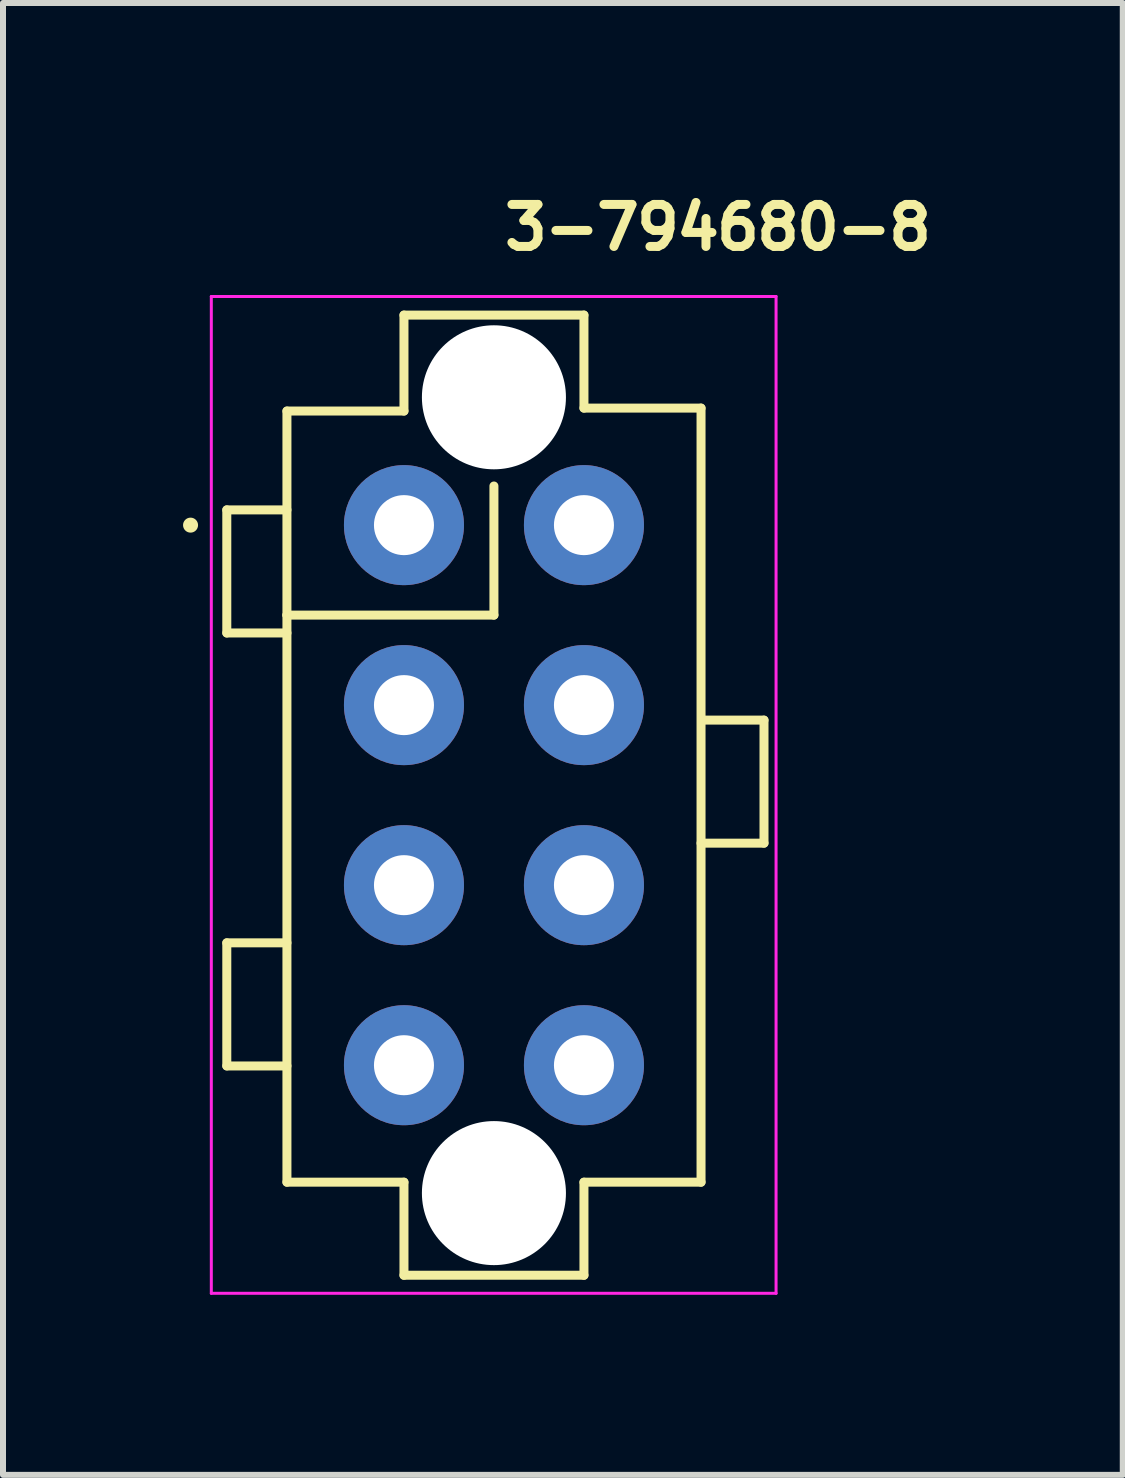
<source format=kicad_pcb>
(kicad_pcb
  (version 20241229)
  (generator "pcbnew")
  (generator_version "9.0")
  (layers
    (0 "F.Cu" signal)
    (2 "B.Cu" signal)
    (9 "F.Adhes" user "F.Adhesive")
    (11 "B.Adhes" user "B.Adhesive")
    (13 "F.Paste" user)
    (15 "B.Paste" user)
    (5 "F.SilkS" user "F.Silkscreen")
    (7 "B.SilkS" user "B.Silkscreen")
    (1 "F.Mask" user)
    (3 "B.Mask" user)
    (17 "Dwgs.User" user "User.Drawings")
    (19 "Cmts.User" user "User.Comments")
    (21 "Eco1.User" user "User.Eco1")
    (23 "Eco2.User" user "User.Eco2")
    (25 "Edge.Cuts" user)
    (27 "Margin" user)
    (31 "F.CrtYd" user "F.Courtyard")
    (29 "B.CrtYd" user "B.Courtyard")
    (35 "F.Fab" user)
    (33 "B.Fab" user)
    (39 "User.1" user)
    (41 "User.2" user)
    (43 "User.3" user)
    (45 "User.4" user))
  (footprint "3-794680-8"
    (layer "F.Cu")
    (at 3.681 5.7)
    (property "Reference" "3-794680-8" (at 1.6 -4.55 0) (layer "F.SilkS") (effects (font (size 0.7 0.7) (thickness 0.15)) (justify left bottom)))
    (attr through_hole)
    (fp_line (start -2.952 -0.254) (end -1.95 -0.254) (stroke (width 0.15) (type solid)) (layer "F.SilkS"))
    (fp_line (start -2.952 1.797) (end -2.952 -0.254) (stroke (width 0.15) (type solid)) (layer "F.SilkS"))
    (fp_line (start -2.952 6.96) (end -1.95 6.96) (stroke (width 0.15) (type solid)) (layer "F.SilkS"))
    (fp_line (start -2.952 9.011) (end -2.952 6.96) (stroke (width 0.15) (type solid)) (layer "F.SilkS"))
    (fp_line (start -1.95 -1.901) (end 0 -1.901) (stroke (width 0.15) (type solid)) (layer "F.SilkS"))
    (fp_line (start -1.95 1.499) (end -1.95 -1.901) (stroke (width 0.15) (type solid)) (layer "F.SilkS"))
    (fp_line (start -1.95 1.499) (end -1.95 10.948) (stroke (width 0.15) (type solid)) (layer "F.SilkS"))
    (fp_line (start -1.95 1.499) (end 1.499 1.499) (stroke (width 0.15) (type solid)) (layer "F.SilkS"))
    (fp_line (start -1.95 1.797) (end -2.952 1.797) (stroke (width 0.15) (type solid)) (layer "F.SilkS"))
    (fp_line (start -1.95 9.011) (end -2.952 9.011) (stroke (width 0.15) (type solid)) (layer "F.SilkS"))
    (fp_line (start 0 -3.5) (end 0 -1.901) (stroke (width 0.15) (type solid)) (layer "F.SilkS"))
    (fp_line (start 0 -3.5) (end 2.999 -3.5) (stroke (width 0.15) (type solid)) (layer "F.SilkS"))
    (fp_line (start 0 10.948) (end -1.95 10.948) (stroke (width 0.15) (type solid)) (layer "F.SilkS"))
    (fp_line (start 0 12.499) (end 0 10.948) (stroke (width 0.15) (type solid)) (layer "F.SilkS"))
    (fp_line (start 1.499 1.499) (end 1.499 -0.652) (stroke (width 0.15) (type solid)) (layer "F.SilkS"))
    (fp_line (start 2.999 -3.5) (end 2.999 -1.95) (stroke (width 0.15) (type solid)) (layer "F.SilkS"))
    (fp_line (start 2.999 -1.95) (end 4.95 -1.95) (stroke (width 0.15) (type solid)) (layer "F.SilkS"))
    (fp_line (start 2.999 12.499) (end 0 12.499) (stroke (width 0.15) (type solid)) (layer "F.SilkS"))
    (fp_line (start 2.999 12.499) (end 2.999 10.948) (stroke (width 0.15) (type solid)) (layer "F.SilkS"))
    (fp_line (start 4.95 -1.95) (end 4.95 10.948) (stroke (width 0.15) (type solid)) (layer "F.SilkS"))
    (fp_line (start 4.95 10.948) (end 2.999 10.948) (stroke (width 0.15) (type solid)) (layer "F.SilkS"))
    (fp_line (start 4.998 3.249) (end 5.999 3.249) (stroke (width 0.15) (type solid)) (layer "F.SilkS"))
    (fp_line (start 5.999 3.249) (end 5.999 5.299) (stroke (width 0.15) (type solid)) (layer "F.SilkS"))
    (fp_line (start 5.999 5.299) (end 4.95 5.299) (stroke (width 0.15) (type solid)) (layer "F.SilkS"))
    (fp_circle (center -3.556 0) (end -3.506 0) (stroke (width 0.15) (type solid)) (fill yes) (layer "F.SilkS"))
    (fp_line (start -3.21 -3.81) (end -3.21 12.8) (stroke (width 0.05) (type solid)) (layer "F.CrtYd"))
    (fp_line (start -3.21 12.8) (end 6.2 12.8) (stroke (width 0.05) (type solid)) (layer "F.CrtYd"))
    (fp_line (start 6.2 -3.81) (end -3.21 -3.81) (stroke (width 0.05) (type solid)) (layer "F.CrtYd"))
    (fp_line (start 6.2 12.8) (end 6.2 -3.81) (stroke (width 0.05) (type solid)) (layer "F.CrtYd"))
    (fp_rect (start -3.23 -3.5) (end 5.44 12.499) (stroke (width 0.1) (type solid)) (fill no) (layer "User.5"))
    (fp_line (start -3.23 3.798) (end -2.531 3.798) (stroke (width 0.02) (type solid)) (layer "User.9"))
    (fp_line (start -3.23 5.2) (end -3.23 3.798) (stroke (width 0.02) (type solid)) (layer "User.9"))
    (fp_line (start -3.23 5.2) (end -2.531 5.2) (stroke (width 0.02) (type solid)) (layer "User.9"))
    (fp_line (start -2.531 3.798) (end -2.513 3.798) (stroke (width 0.02) (type solid)) (layer "User.9"))
    (fp_line (start -2.531 5.2) (end -2.513 5.2) (stroke (width 0.02) (type solid)) (layer "User.9"))
    (fp_line (start -2.531 5.2) (end -2.495 5.201) (stroke (width 0.02) (type solid)) (layer "User.9"))
    (fp_line (start -2.513 3.798) (end -2.496 3.797) (stroke (width 0.02) (type solid)) (layer "User.9"))
    (fp_line (start -2.513 5.2) (end -2.496 5.201) (stroke (width 0.02) (type solid)) (layer "User.9"))
    (fp_line (start -2.496 3.797) (end -2.479 3.797) (stroke (width 0.02) (type solid)) (layer "User.9"))
    (fp_line (start -2.496 5.201) (end -2.479 5.201) (stroke (width 0.02) (type solid)) (layer "User.9"))
    (fp_line (start -2.495 3.797) (end -2.531 3.798) (stroke (width 0.02) (type solid)) (layer "User.9"))
    (fp_line (start -2.495 5.201) (end -2.46 5.203) (stroke (width 0.02) (type solid)) (layer "User.9"))
    (fp_line (start -2.479 3.797) (end -2.463 3.796) (stroke (width 0.02) (type solid)) (layer "User.9"))
    (fp_line (start -2.479 5.201) (end -2.463 5.203) (stroke (width 0.02) (type solid)) (layer "User.9"))
    (fp_line (start -2.463 3.796) (end -2.445 3.793) (stroke (width 0.02) (type solid)) (layer "User.9"))
    (fp_line (start -2.463 5.203) (end -2.445 5.206) (stroke (width 0.02) (type solid)) (layer "User.9"))
    (fp_line (start -2.46 3.794) (end -2.495 3.797) (stroke (width 0.02) (type solid)) (layer "User.9"))
    (fp_line (start -2.46 5.203) (end -2.426 5.209) (stroke (width 0.02) (type solid)) (layer "User.9"))
    (fp_line (start -2.445 3.793) (end -2.43 3.79) (stroke (width 0.02) (type solid)) (layer "User.9"))
    (fp_line (start -2.445 5.206) (end -2.43 5.208) (stroke (width 0.02) (type solid)) (layer "User.9"))
    (fp_line (start -2.43 3.79) (end -2.412 3.788) (stroke (width 0.02) (type solid)) (layer "User.9"))
    (fp_line (start -2.43 5.208) (end -2.412 5.211) (stroke (width 0.02) (type solid)) (layer "User.9"))
    (fp_line (start -2.426 3.789) (end -2.46 3.794) (stroke (width 0.02) (type solid)) (layer "User.9"))
    (fp_line (start -2.426 5.209) (end -2.392 5.216) (stroke (width 0.02) (type solid)) (layer "User.9"))
    (fp_line (start -2.412 3.788) (end -2.396 3.784) (stroke (width 0.02) (type solid)) (layer "User.9"))
    (fp_line (start -2.412 5.211) (end -2.396 5.214) (stroke (width 0.02) (type solid)) (layer "User.9"))
    (fp_line (start -2.392 3.782) (end -2.426 3.789) (stroke (width 0.02) (type solid)) (layer "User.9"))
    (fp_line (start -2.392 5.216) (end -2.36 5.224) (stroke (width 0.02) (type solid)) (layer "User.9"))
    (fp_line (start -2.362 3.774) (end -2.351 3.772) (stroke (width 0.02) (type solid)) (layer "User.9"))
    (fp_line (start -2.362 5.224) (end -2.351 5.227) (stroke (width 0.02) (type solid)) (layer "User.9"))
    (fp_line (start -2.36 3.774) (end -2.392 3.782) (stroke (width 0.02) (type solid)) (layer "User.9"))
    (fp_line (start -2.36 5.224) (end -2.33 5.233) (stroke (width 0.02) (type solid)) (layer "User.9"))
    (fp_line (start -2.351 3.772) (end -2.339 3.768) (stroke (width 0.02) (type solid)) (layer "User.9"))
    (fp_line (start -2.351 5.227) (end -2.339 5.23) (stroke (width 0.02) (type solid)) (layer "User.9"))
    (fp_line (start -2.339 3.768) (end -2.328 3.764) (stroke (width 0.02) (type solid)) (layer "User.9"))
    (fp_line (start -2.339 5.23) (end -2.328 5.235) (stroke (width 0.02) (type solid)) (layer "User.9"))
    (fp_line (start -2.33 3.765) (end -2.36 3.774) (stroke (width 0.02) (type solid)) (layer "User.9"))
    (fp_line (start -2.33 5.233) (end -2.301 5.244) (stroke (width 0.02) (type solid)) (layer "User.9"))
    (fp_line (start -2.328 3.764) (end -2.319 3.761) (stroke (width 0.02) (type solid)) (layer "User.9"))
    (fp_line (start -2.328 5.235) (end -2.319 5.238) (stroke (width 0.02) (type solid)) (layer "User.9"))
    (fp_line (start -2.319 3.761) (end -2.307 3.756) (stroke (width 0.02) (type solid)) (layer "User.9"))
    (fp_line (start -2.319 5.238) (end -2.307 5.243) (stroke (width 0.02) (type solid)) (layer "User.9"))
    (fp_line (start -2.307 3.756) (end -2.298 3.752) (stroke (width 0.02) (type solid)) (layer "User.9"))
    (fp_line (start -2.307 5.243) (end -2.298 5.246) (stroke (width 0.02) (type solid)) (layer "User.9"))
    (fp_line (start -2.301 3.753) (end -2.33 3.765) (stroke (width 0.02) (type solid)) (layer "User.9"))
    (fp_line (start -2.301 5.244) (end -2.271 5.257) (stroke (width 0.02) (type solid)) (layer "User.9"))
    (fp_line (start -2.298 3.752) (end -2.287 3.748) (stroke (width 0.02) (type solid)) (layer "User.9"))
    (fp_line (start -2.298 5.246) (end -2.287 5.251) (stroke (width 0.02) (type solid)) (layer "User.9"))
    (fp_line (start -2.287 3.748) (end -2.278 3.742) (stroke (width 0.02) (type solid)) (layer "User.9"))
    (fp_line (start -2.287 5.251) (end -2.278 5.256) (stroke (width 0.02) (type solid)) (layer "User.9"))
    (fp_line (start -2.271 3.741) (end -2.301 3.753) (stroke (width 0.02) (type solid)) (layer "User.9"))
    (fp_line (start -2.271 5.257) (end -2.245 5.272) (stroke (width 0.02) (type solid)) (layer "User.9"))
    (fp_line (start -2.245 3.726) (end -2.271 3.741) (stroke (width 0.02) (type solid)) (layer "User.9"))
    (fp_line (start -2.245 5.272) (end -2.218 5.286) (stroke (width 0.02) (type solid)) (layer "User.9"))
    (fp_line (start -2.218 3.712) (end -2.245 3.726) (stroke (width 0.02) (type solid)) (layer "User.9"))
    (fp_line (start -2.218 5.286) (end -2.193 5.304) (stroke (width 0.02) (type solid)) (layer "User.9"))
    (fp_line (start -2.207 3.704) (end -2.168 3.676) (stroke (width 0.02) (type solid)) (layer "User.9"))
    (fp_line (start -2.207 5.294) (end -2.168 5.321) (stroke (width 0.02) (type solid)) (layer "User.9"))
    (fp_line (start -2.193 3.695) (end -2.218 3.712) (stroke (width 0.02) (type solid)) (layer "User.9"))
    (fp_line (start -2.193 5.304) (end -2.169 5.32) (stroke (width 0.02) (type solid)) (layer "User.9"))
    (fp_line (start -2.169 3.677) (end -2.193 3.695) (stroke (width 0.02) (type solid)) (layer "User.9"))
    (fp_line (start -2.169 5.32) (end -2.145 5.339) (stroke (width 0.02) (type solid)) (layer "User.9"))
    (fp_line (start -2.145 3.659) (end -2.169 3.677) (stroke (width 0.02) (type solid)) (layer "User.9"))
    (fp_line (start -2.145 5.339) (end -2.124 5.358) (stroke (width 0.02) (type solid)) (layer "User.9"))
    (fp_line (start -2.124 3.64) (end -2.145 3.659) (stroke (width 0.02) (type solid)) (layer "User.9"))
    (fp_line (start -2.124 5.358) (end -2.102 5.379) (stroke (width 0.02) (type solid)) (layer "User.9"))
    (fp_line (start -2.102 3.62) (end -2.124 3.64) (stroke (width 0.02) (type solid)) (layer "User.9"))
    (fp_line (start -2.102 5.379) (end -2.084 5.4) (stroke (width 0.02) (type solid)) (layer "User.9"))
    (fp_line (start -2.084 3.599) (end -2.102 3.62) (stroke (width 0.02) (type solid)) (layer "User.9"))
    (fp_line (start -2.084 3.599) (end -2.084 3.599) (stroke (width 0.02) (type solid)) (layer "User.9"))
    (fp_line (start -2.084 5.4) (end -2.084 5.4) (stroke (width 0.02) (type solid)) (layer "User.9"))
    (fp_line (start -2.084 5.4) (end -2.065 5.421) (stroke (width 0.02) (type solid)) (layer "User.9"))
    (fp_line (start -2.068 3.58) (end -2.061 3.571) (stroke (width 0.02) (type solid)) (layer "User.9"))
    (fp_line (start -2.068 5.418) (end -2.061 5.427) (stroke (width 0.02) (type solid)) (layer "User.9"))
    (fp_line (start -2.065 3.576) (end -2.084 3.599) (stroke (width 0.02) (type solid)) (layer "User.9"))
    (fp_line (start -2.065 5.421) (end -2.047 5.445) (stroke (width 0.02) (type solid)) (layer "User.9"))
    (fp_line (start -2.061 3.571) (end -2.053 3.563) (stroke (width 0.02) (type solid)) (layer "User.9"))
    (fp_line (start -2.061 5.427) (end -2.053 5.435) (stroke (width 0.02) (type solid)) (layer "User.9"))
    (fp_line (start -2.053 3.563) (end -2.047 3.554) (stroke (width 0.02) (type solid)) (layer "User.9"))
    (fp_line (start -2.053 5.435) (end -2.047 5.445) (stroke (width 0.02) (type solid)) (layer "User.9"))
    (fp_line (start -2.047 3.554) (end -2.065 3.576) (stroke (width 0.02) (type solid)) (layer "User.9"))
    (fp_line (start -2.047 3.554) (end -2.04 3.543) (stroke (width 0.02) (type solid)) (layer "User.9"))
    (fp_line (start -2.047 5.445) (end -2.04 5.454) (stroke (width 0.02) (type solid)) (layer "User.9"))
    (fp_line (start -2.047 5.445) (end -2.031 5.467) (stroke (width 0.02) (type solid)) (layer "User.9"))
    (fp_line (start -2.04 3.543) (end -2.033 3.535) (stroke (width 0.02) (type solid)) (layer "User.9"))
    (fp_line (start -2.04 5.454) (end -2.033 5.464) (stroke (width 0.02) (type solid)) (layer "User.9"))
    (fp_line (start -2.033 3.535) (end -2.028 3.526) (stroke (width 0.02) (type solid)) (layer "User.9"))
    (fp_line (start -2.033 5.464) (end -2.028 5.472) (stroke (width 0.02) (type solid)) (layer "User.9"))
    (fp_line (start -2.031 3.531) (end -2.047 3.554) (stroke (width 0.02) (type solid)) (layer "User.9"))
    (fp_line (start -2.031 5.467) (end -2.016 5.491) (stroke (width 0.02) (type solid)) (layer "User.9"))
    (fp_line (start -2.028 3.526) (end -2.021 3.515) (stroke (width 0.02) (type solid)) (layer "User.9"))
    (fp_line (start -2.028 5.472) (end -2.021 5.483) (stroke (width 0.02) (type solid)) (layer "User.9"))
    (fp_line (start -2.021 3.515) (end -2.016 3.507) (stroke (width 0.02) (type solid)) (layer "User.9"))
    (fp_line (start -2.021 5.483) (end -2.016 5.491) (stroke (width 0.02) (type solid)) (layer "User.9"))
    (fp_line (start -2.016 3.507) (end -2.031 3.531) (stroke (width 0.02) (type solid)) (layer "User.9"))
    (fp_line (start -2.016 5.491) (end -2.001 5.517) (stroke (width 0.02) (type solid)) (layer "User.9"))
    (fp_line (start -2.001 3.482) (end -2.016 3.507) (stroke (width 0.02) (type solid)) (layer "User.9"))
    (fp_line (start -2.001 5.517) (end -1.99 5.541) (stroke (width 0.02) (type solid)) (layer "User.9"))
    (fp_line (start -1.99 3.456) (end -2.001 3.482) (stroke (width 0.02) (type solid)) (layer "User.9"))
    (fp_line (start -1.99 5.541) (end -1.978 5.567) (stroke (width 0.02) (type solid)) (layer "User.9"))
    (fp_line (start -1.978 3.431) (end -1.99 3.456) (stroke (width 0.02) (type solid)) (layer "User.9"))
    (fp_line (start -1.978 5.567) (end -1.968 5.592) (stroke (width 0.02) (type solid)) (layer "User.9"))
    (fp_line (start -1.968 3.406) (end -1.978 3.431) (stroke (width 0.02) (type solid)) (layer "User.9"))
    (fp_line (start -1.968 5.592) (end -1.958 5.618) (stroke (width 0.02) (type solid)) (layer "User.9"))
    (fp_line (start -1.958 3.379) (end -1.968 3.406) (stroke (width 0.02) (type solid)) (layer "User.9"))
    (fp_line (start -1.958 5.618) (end -1.952 5.645) (stroke (width 0.02) (type solid)) (layer "User.9"))
    (fp_line (start -1.952 3.354) (end -1.958 3.379) (stroke (width 0.02) (type solid)) (layer "User.9"))
    (fp_line (start -1.952 5.645) (end -1.944 5.671) (stroke (width 0.02) (type solid)) (layer "User.9"))
    (fp_line (start -1.944 3.328) (end -1.952 3.354) (stroke (width 0.02) (type solid)) (layer "User.9"))
    (fp_line (start -1.944 5.671) (end -1.94 5.696) (stroke (width 0.02) (type solid)) (layer "User.9"))
    (fp_line (start -1.942 3.314) (end -1.94 3.301) (stroke (width 0.02) (type solid)) (layer "User.9"))
    (fp_line (start -1.942 5.684) (end -1.94 5.698) (stroke (width 0.02) (type solid)) (layer "User.9"))
    (fp_line (start -1.94 3.301) (end -1.944 3.328) (stroke (width 0.02) (type solid)) (layer "User.9"))
    (fp_line (start -1.94 3.301) (end -1.938 3.285) (stroke (width 0.02) (type solid)) (layer "User.9"))
    (fp_line (start -1.94 5.696) (end -1.936 5.722) (stroke (width 0.02) (type solid)) (layer "User.9"))
    (fp_line (start -1.94 5.698) (end -1.938 5.712) (stroke (width 0.02) (type solid)) (layer "User.9"))
    (fp_line (start -1.938 3.285) (end -1.936 3.272) (stroke (width 0.02) (type solid)) (layer "User.9"))
    (fp_line (start -1.938 5.712) (end -1.936 5.727) (stroke (width 0.02) (type solid)) (layer "User.9"))
    (fp_line (start -1.936 3.272) (end -1.934 3.257) (stroke (width 0.02) (type solid)) (layer "User.9"))
    (fp_line (start -1.936 3.276) (end -1.94 3.301) (stroke (width 0.02) (type solid)) (layer "User.9"))
    (fp_line (start -1.936 5.722) (end -1.932 5.749) (stroke (width 0.02) (type solid)) (layer "User.9"))
    (fp_line (start -1.936 5.727) (end -1.934 5.741) (stroke (width 0.02) (type solid)) (layer "User.9"))
    (fp_line (start -1.934 3.257) (end -1.932 3.242) (stroke (width 0.02) (type solid)) (layer "User.9"))
    (fp_line (start -1.934 5.741) (end -1.932 5.756) (stroke (width 0.02) (type solid)) (layer "User.9"))
    (fp_line (start -1.932 3.213) (end -1.93 3.2) (stroke (width 0.02) (type solid)) (layer "User.9"))
    (fp_line (start -1.932 3.225) (end -1.932 3.249) (stroke (width 0.02) (type solid)) (layer "User.9"))
    (fp_line (start -1.932 3.228) (end -1.932 3.213) (stroke (width 0.02) (type solid)) (layer "User.9"))
    (fp_line (start -1.932 3.242) (end -1.932 3.228) (stroke (width 0.02) (type solid)) (layer "User.9"))
    (fp_line (start -1.932 3.249) (end -1.936 3.276) (stroke (width 0.02) (type solid)) (layer "User.9"))
    (fp_line (start -1.932 5.749) (end -1.932 5.773) (stroke (width 0.02) (type solid)) (layer "User.9"))
    (fp_line (start -1.932 5.756) (end -1.932 5.77) (stroke (width 0.02) (type solid)) (layer "User.9"))
    (fp_line (start -1.932 5.77) (end -1.932 5.785) (stroke (width 0.02) (type solid)) (layer "User.9"))
    (fp_line (start -1.932 5.773) (end -1.93 5.799) (stroke (width 0.02) (type solid)) (layer "User.9"))
    (fp_line (start -1.932 5.785) (end -1.93 5.799) (stroke (width 0.02) (type solid)) (layer "User.9"))
    (fp_line (start -1.93 -1.93) (end 4.929 -1.93) (stroke (width 0.02) (type solid)) (layer "User.9"))
    (fp_line (start -1.93 3.2) (end -1.932 3.225) (stroke (width 0.02) (type solid)) (layer "User.9"))
    (fp_line (start -1.93 3.2) (end -1.93 -1.93) (stroke (width 0.02) (type solid)) (layer "User.9"))
    (fp_line (start -1.93 3.2) (end -1.93 5.799) (stroke (width 0.02) (type solid)) (layer "User.9"))
    (fp_line (start -1.93 10.929) (end -1.93 5.799) (stroke (width 0.02) (type solid)) (layer "User.9"))
    (fp_line (start -1.93 10.929) (end 4.929 10.929) (stroke (width 0.02) (type solid)) (layer "User.9"))
    (fp_line (start -1.5 -2.331) (end -1.492 -2.331) (stroke (width 0.02) (type solid)) (layer "User.9"))
    (fp_line (start -1.5 -1.97) (end -1.5 -2.331) (stroke (width 0.02) (type solid)) (layer "User.9"))
    (fp_line (start -1.5 -1.97) (end -1.492 -1.97) (stroke (width 0.02) (type solid)) (layer "User.9"))
    (fp_line (start -1.5 10.97) (end -1.5 11.329) (stroke (width 0.02) (type solid)) (layer "User.9"))
    (fp_line (start -1.492 -2.331) (end -1.492 -2.331) (stroke (width 0.02) (type solid)) (layer "User.9"))
    (fp_line (start -1.492 -2.331) (end -1.464 -2.331) (stroke (width 0.02) (type solid)) (layer "User.9"))
    (fp_line (start -1.492 -1.97) (end -1.492 -1.97) (stroke (width 0.02) (type solid)) (layer "User.9"))
    (fp_line (start -1.492 -1.97) (end -1.464 -1.97) (stroke (width 0.02) (type solid)) (layer "User.9"))
    (fp_line (start -1.492 10.97) (end -1.5 10.97) (stroke (width 0.02) (type solid)) (layer "User.9"))
    (fp_line (start -1.492 10.97) (end -1.492 10.97) (stroke (width 0.02) (type solid)) (layer "User.9"))
    (fp_line (start -1.492 11.329) (end -1.5 11.329) (stroke (width 0.02) (type solid)) (layer "User.9"))
    (fp_line (start -1.492 11.329) (end -1.492 11.329) (stroke (width 0.02) (type solid)) (layer "User.9"))
    (fp_line (start -1.464 -2.331) (end -1.464 -2.331) (stroke (width 0.02) (type solid)) (layer "User.9"))
    (fp_line (start -1.464 -2.331) (end -1.416 -2.331) (stroke (width 0.02) (type solid)) (layer "User.9"))
    (fp_line (start -1.464 -1.97) (end -1.464 -1.97) (stroke (width 0.02) (type solid)) (layer "User.9"))
    (fp_line (start -1.464 -1.97) (end -1.416 -1.97) (stroke (width 0.02) (type solid)) (layer "User.9"))
    (fp_line (start -1.464 10.97) (end -1.492 10.97) (stroke (width 0.02) (type solid)) (layer "User.9"))
    (fp_line (start -1.464 10.97) (end -1.464 10.97) (stroke (width 0.02) (type solid)) (layer "User.9"))
    (fp_line (start -1.464 11.329) (end -1.492 11.329) (stroke (width 0.02) (type solid)) (layer "User.9"))
    (fp_line (start -1.464 11.329) (end -1.464 11.329) (stroke (width 0.02) (type solid)) (layer "User.9"))
    (fp_line (start -1.416 -2.331) (end -1.416 -2.331) (stroke (width 0.02) (type solid)) (layer "User.9"))
    (fp_line (start -1.416 -2.331) (end -1.353 -2.331) (stroke (width 0.02) (type solid)) (layer "User.9"))
    (fp_line (start -1.416 -1.97) (end -1.416 -1.97) (stroke (width 0.02) (type solid)) (layer "User.9"))
    (fp_line (start -1.416 -1.97) (end -1.353 -1.97) (stroke (width 0.02) (type solid)) (layer "User.9"))
    (fp_line (start -1.416 10.97) (end -1.464 10.97) (stroke (width 0.02) (type solid)) (layer "User.9"))
    (fp_line (start -1.416 10.97) (end -1.416 10.97) (stroke (width 0.02) (type solid)) (layer "User.9"))
    (fp_line (start -1.416 11.329) (end -1.464 11.329) (stroke (width 0.02) (type solid)) (layer "User.9"))
    (fp_line (start -1.416 11.329) (end -1.416 11.329) (stroke (width 0.02) (type solid)) (layer "User.9"))
    (fp_line (start -1.353 -2.331) (end -1.353 -2.331) (stroke (width 0.02) (type solid)) (layer "User.9"))
    (fp_line (start -1.353 -2.331) (end -1.272 -2.331) (stroke (width 0.02) (type solid)) (layer "User.9"))
    (fp_line (start -1.353 -1.97) (end -1.353 -1.97) (stroke (width 0.02) (type solid)) (layer "User.9"))
    (fp_line (start -1.353 -1.97) (end -1.272 -1.97) (stroke (width 0.02) (type solid)) (layer "User.9"))
    (fp_line (start -1.353 10.97) (end -1.416 10.97) (stroke (width 0.02) (type solid)) (layer "User.9"))
    (fp_line (start -1.353 10.97) (end -1.353 10.97) (stroke (width 0.02) (type solid)) (layer "User.9"))
    (fp_line (start -1.353 11.329) (end -1.416 11.329) (stroke (width 0.02) (type solid)) (layer "User.9"))
    (fp_line (start -1.353 11.329) (end -1.353 11.329) (stroke (width 0.02) (type solid)) (layer "User.9"))
    (fp_line (start -1.311 -1.311) (end -1.311 1.31) (stroke (width 0.02) (type solid)) (layer "User.9"))
    (fp_line (start -1.311 1.31) (end 0.608 1.31) (stroke (width 0.02) (type solid)) (layer "User.9"))
    (fp_line (start -1.311 1.689) (end -1.311 4.309) (stroke (width 0.02) (type solid)) (layer "User.9"))
    (fp_line (start -1.311 4.309) (end 1.31 4.309) (stroke (width 0.02) (type solid)) (layer "User.9"))
    (fp_line (start -1.311 4.69) (end -1.311 7.309) (stroke (width 0.02) (type solid)) (layer "User.9"))
    (fp_line (start -1.311 7.309) (end 0.608 7.309) (stroke (width 0.02) (type solid)) (layer "User.9"))
    (fp_line (start -1.311 7.69) (end -1.311 10.31) (stroke (width 0.02) (type solid)) (layer "User.9"))
    (fp_line (start -1.311 10.31) (end 1.31 10.31) (stroke (width 0.02) (type solid)) (layer "User.9"))
    (fp_line (start -1.272 -2.331) (end -1.272 -2.331) (stroke (width 0.02) (type solid)) (layer "User.9"))
    (fp_line (start -1.272 -2.331) (end -1.174 -2.331) (stroke (width 0.02) (type solid)) (layer "User.9"))
    (fp_line (start -1.272 -1.97) (end -1.272 -1.97) (stroke (width 0.02) (type solid)) (layer "User.9"))
    (fp_line (start -1.272 -1.97) (end -1.174 -1.97) (stroke (width 0.02) (type solid)) (layer "User.9"))
    (fp_line (start -1.272 10.97) (end -1.353 10.97) (stroke (width 0.02) (type solid)) (layer "User.9"))
    (fp_line (start -1.272 10.97) (end -1.272 10.97) (stroke (width 0.02) (type solid)) (layer "User.9"))
    (fp_line (start -1.272 11.329) (end -1.353 11.329) (stroke (width 0.02) (type solid)) (layer "User.9"))
    (fp_line (start -1.272 11.329) (end -1.272 11.329) (stroke (width 0.02) (type solid)) (layer "User.9"))
    (fp_line (start -1.174 -2.331) (end -1.174 -2.331) (stroke (width 0.02) (type solid)) (layer "User.9"))
    (fp_line (start -1.174 -2.331) (end -1.061 -2.331) (stroke (width 0.02) (type solid)) (layer "User.9"))
    (fp_line (start -1.174 -1.97) (end -1.174 -1.97) (stroke (width 0.02) (type solid)) (layer "User.9"))
    (fp_line (start -1.174 -1.97) (end -1.061 -1.97) (stroke (width 0.02) (type solid)) (layer "User.9"))
    (fp_line (start -1.174 10.97) (end -1.272 10.97) (stroke (width 0.02) (type solid)) (layer "User.9"))
    (fp_line (start -1.174 10.97) (end -1.174 10.97) (stroke (width 0.02) (type solid)) (layer "User.9"))
    (fp_line (start -1.174 11.329) (end -1.272 11.329) (stroke (width 0.02) (type solid)) (layer "User.9"))
    (fp_line (start -1.174 11.329) (end -1.174 11.329) (stroke (width 0.02) (type solid)) (layer "User.9"))
    (fp_line (start -1.061 -2.331) (end -1.061 -2.331) (stroke (width 0.02) (type solid)) (layer "User.9"))
    (fp_line (start -1.061 -2.331) (end -0.937 -2.331) (stroke (width 0.02) (type solid)) (layer "User.9"))
    (fp_line (start -1.061 -1.97) (end -1.061 -1.97) (stroke (width 0.02) (type solid)) (layer "User.9"))
    (fp_line (start -1.061 -1.97) (end -0.937 -1.97) (stroke (width 0.02) (type solid)) (layer "User.9"))
    (fp_line (start -1.061 10.97) (end -1.174 10.97) (stroke (width 0.02) (type solid)) (layer "User.9"))
    (fp_line (start -1.061 10.97) (end -1.061 10.97) (stroke (width 0.02) (type solid)) (layer "User.9"))
    (fp_line (start -1.061 11.329) (end -1.174 11.329) (stroke (width 0.02) (type solid)) (layer "User.9"))
    (fp_line (start -1.061 11.329) (end -1.061 11.329) (stroke (width 0.02) (type solid)) (layer "User.9"))
    (fp_line (start -0.937 -2.331) (end -0.937 -2.331) (stroke (width 0.02) (type solid)) (layer "User.9"))
    (fp_line (start -0.937 -2.331) (end -0.8 -2.331) (stroke (width 0.02) (type solid)) (layer "User.9"))
    (fp_line (start -0.937 -1.97) (end -0.937 -1.97) (stroke (width 0.02) (type solid)) (layer "User.9"))
    (fp_line (start -0.937 -1.97) (end -0.8 -1.97) (stroke (width 0.02) (type solid)) (layer "User.9"))
    (fp_line (start -0.937 10.97) (end -1.061 10.97) (stroke (width 0.02) (type solid)) (layer "User.9"))
    (fp_line (start -0.937 10.97) (end -0.937 10.97) (stroke (width 0.02) (type solid)) (layer "User.9"))
    (fp_line (start -0.937 11.329) (end -1.061 11.329) (stroke (width 0.02) (type solid)) (layer "User.9"))
    (fp_line (start -0.937 11.329) (end -0.937 11.329) (stroke (width 0.02) (type solid)) (layer "User.9"))
    (fp_line (start -0.8 -2.331) (end -0.8 -2.331) (stroke (width 0.02) (type solid)) (layer "User.9"))
    (fp_line (start -0.8 -2.331) (end -0.652 -2.331) (stroke (width 0.02) (type solid)) (layer "User.9"))
    (fp_line (start -0.8 -1.97) (end -0.8 -1.97) (stroke (width 0.02) (type solid)) (layer "User.9"))
    (fp_line (start -0.8 -1.97) (end -0.652 -1.97) (stroke (width 0.02) (type solid)) (layer "User.9"))
    (fp_line (start -0.8 10.97) (end -0.937 10.97) (stroke (width 0.02) (type solid)) (layer "User.9"))
    (fp_line (start -0.8 10.97) (end -0.8 10.97) (stroke (width 0.02) (type solid)) (layer "User.9"))
    (fp_line (start -0.8 11.329) (end -0.937 11.329) (stroke (width 0.02) (type solid)) (layer "User.9"))
    (fp_line (start -0.8 11.329) (end -0.8 11.329) (stroke (width 0.02) (type solid)) (layer "User.9"))
    (fp_line (start -0.652 -2.331) (end -0.652 -2.331) (stroke (width 0.02) (type solid)) (layer "User.9"))
    (fp_line (start -0.652 -2.331) (end -0.335 -2.331) (stroke (width 0.02) (type solid)) (layer "User.9"))
    (fp_line (start -0.652 -1.97) (end -0.652 -1.97) (stroke (width 0.02) (type solid)) (layer "User.9"))
    (fp_line (start -0.652 -1.97) (end -0.335 -1.97) (stroke (width 0.02) (type solid)) (layer "User.9"))
    (fp_line (start -0.652 10.97) (end -0.8 10.97) (stroke (width 0.02) (type solid)) (layer "User.9"))
    (fp_line (start -0.652 10.97) (end -0.652 10.97) (stroke (width 0.02) (type solid)) (layer "User.9"))
    (fp_line (start -0.652 11.329) (end -0.8 11.329) (stroke (width 0.02) (type solid)) (layer "User.9"))
    (fp_line (start -0.652 11.329) (end -0.652 11.329) (stroke (width 0.02) (type solid)) (layer "User.9"))
    (fp_line (start -0.496 10.97) (end -0.652 10.97) (stroke (width 0.02) (type solid)) (layer "User.9"))
    (fp_line (start -0.496 10.97) (end -0.496 10.97) (stroke (width 0.02) (type solid)) (layer "User.9"))
    (fp_line (start -0.496 11.329) (end -0.652 11.329) (stroke (width 0.02) (type solid)) (layer "User.9"))
    (fp_line (start -0.496 11.329) (end -0.496 11.329) (stroke (width 0.02) (type solid)) (layer "User.9"))
    (fp_line (start -0.335 -2.331) (end -0.335 -2.331) (stroke (width 0.02) (type solid)) (layer "User.9"))
    (fp_line (start -0.335 -2.331) (end 0 -2.331) (stroke (width 0.02) (type solid)) (layer "User.9"))
    (fp_line (start -0.335 -1.97) (end -0.335 -1.97) (stroke (width 0.02) (type solid)) (layer "User.9"))
    (fp_line (start -0.335 -1.97) (end 0 -1.97) (stroke (width 0.02) (type solid)) (layer "User.9"))
    (fp_line (start -0.32 0.32) (end -0.32 -0.32) (stroke (width 0.02) (type solid)) (layer "User.9"))
    (fp_line (start -0.32 3.318) (end -0.32 2.68) (stroke (width 0.02) (type solid)) (layer "User.9"))
    (fp_line (start -0.32 5.679) (end -0.32 6.32) (stroke (width 0.02) (type solid)) (layer "User.9"))
    (fp_line (start -0.32 5.679) (end 0.32 5.679) (stroke (width 0.02) (type solid)) (layer "User.9"))
    (fp_line (start -0.32 6.32) (end 0.32 6.32) (stroke (width 0.02) (type solid)) (layer "User.9"))
    (fp_line (start -0.32 8.679) (end -0.32 9.32) (stroke (width 0.02) (type solid)) (layer "User.9"))
    (fp_line (start -0.32 8.679) (end 0.32 8.679) (stroke (width 0.02) (type solid)) (layer "User.9"))
    (fp_line (start -0.32 9.32) (end 0.32 9.32) (stroke (width 0.02) (type solid)) (layer "User.9"))
    (fp_line (start 0 -2.722) (end 2.999 -2.722) (stroke (width 0.02) (type solid)) (layer "User.9"))
    (fp_line (start 0 -2.36) (end 0 -2.722) (stroke (width 0.02) (type solid)) (layer "User.9"))
    (fp_line (start 0 -2.331) (end 3.37 -2.331) (stroke (width 0.02) (type solid)) (layer "User.9"))
    (fp_line (start 0 -1.97) (end 3.37 -1.97) (stroke (width 0.02) (type solid)) (layer "User.9"))
    (fp_line (start 0 10.97) (end -0.496 10.97) (stroke (width 0.02) (type solid)) (layer "User.9"))
    (fp_line (start 0 11.329) (end -0.496 11.329) (stroke (width 0.02) (type solid)) (layer "User.9"))
    (fp_line (start 0 11.72) (end 0 11.358) (stroke (width 0.02) (type solid)) (layer "User.9"))
    (fp_line (start 0 11.72) (end 0.45 12.499) (stroke (width 0.02) (type solid)) (layer "User.9"))
    (fp_line (start 0 11.72) (end 2.999 11.72) (stroke (width 0.02) (type solid)) (layer "User.9"))
    (fp_line (start 0.32 -0.32) (end -0.32 -0.32) (stroke (width 0.02) (type solid)) (layer "User.9"))
    (fp_line (start 0.32 0.32) (end -0.32 0.32) (stroke (width 0.02) (type solid)) (layer "User.9"))
    (fp_line (start 0.32 0.32) (end 0.32 -0.32) (stroke (width 0.02) (type solid)) (layer "User.9"))
    (fp_line (start 0.32 2.68) (end -0.32 2.68) (stroke (width 0.02) (type solid)) (layer "User.9"))
    (fp_line (start 0.32 3.318) (end -0.32 3.318) (stroke (width 0.02) (type solid)) (layer "User.9"))
    (fp_line (start 0.32 3.318) (end 0.32 2.68) (stroke (width 0.02) (type solid)) (layer "User.9"))
    (fp_line (start 0.32 5.679) (end 0.32 6.32) (stroke (width 0.02) (type solid)) (layer "User.9"))
    (fp_line (start 0.32 8.679) (end 0.32 9.32) (stroke (width 0.02) (type solid)) (layer "User.9"))
    (fp_line (start 0.45 -3.5) (end 0 -2.722) (stroke (width 0.02) (type solid)) (layer "User.9"))
    (fp_line (start 0.45 -3.5) (end 2.548 -3.5) (stroke (width 0.02) (type solid)) (layer "User.9"))
    (fp_line (start 0.45 12.499) (end 2.548 12.499) (stroke (width 0.02) (type solid)) (layer "User.9"))
    (fp_line (start 0.498 -2.331) (end 0.498 -2.36) (stroke (width 0.02) (type solid)) (layer "User.9"))
    (fp_line (start 0.498 -1.93) (end 0.498 -1.97) (stroke (width 0.02) (type solid)) (layer "User.9"))
    (fp_line (start 0.498 10.97) (end 0.498 10.929) (stroke (width 0.02) (type solid)) (layer "User.9"))
    (fp_line (start 0.498 11.358) (end 0.498 11.329) (stroke (width 0.02) (type solid)) (layer "User.9"))
    (fp_line (start 0.608 1.689) (end -1.311 1.689) (stroke (width 0.02) (type solid)) (layer "User.9"))
    (fp_line (start 0.608 1.689) (end 1.31 2.39) (stroke (width 0.02) (type solid)) (layer "User.9"))
    (fp_line (start 1.31 -1.311) (end -1.311 -1.311) (stroke (width 0.02) (type solid)) (layer "User.9"))
    (fp_line (start 1.31 0.608) (end 0.608 1.31) (stroke (width 0.02) (type solid)) (layer "User.9"))
    (fp_line (start 1.31 0.608) (end 1.31 -1.311) (stroke (width 0.02) (type solid)) (layer "User.9"))
    (fp_line (start 1.31 4.309) (end 1.31 2.39) (stroke (width 0.02) (type solid)) (layer "User.9"))
    (fp_line (start 1.31 4.69) (end -1.311 4.69) (stroke (width 0.02) (type solid)) (layer "User.9"))
    (fp_line (start 1.31 6.61) (end 0.608 7.309) (stroke (width 0.02) (type solid)) (layer "User.9"))
    (fp_line (start 1.31 6.61) (end 1.31 4.69) (stroke (width 0.02) (type solid)) (layer "User.9"))
    (fp_line (start 1.31 7.69) (end -1.311 7.69) (stroke (width 0.02) (type solid)) (layer "User.9"))
    (fp_line (start 1.31 10.31) (end 1.31 7.69) (stroke (width 0.02) (type solid)) (layer "User.9"))
    (fp_line (start 1.689 -1.311) (end 1.689 1.31) (stroke (width 0.02) (type solid)) (layer "User.9"))
    (fp_line (start 1.689 1.31) (end 3.608 1.31) (stroke (width 0.02) (type solid)) (layer "User.9"))
    (fp_line (start 1.689 1.689) (end 1.689 4.309) (stroke (width 0.02) (type solid)) (layer "User.9"))
    (fp_line (start 1.689 4.309) (end 4.309 4.309) (stroke (width 0.02) (type solid)) (layer "User.9"))
    (fp_line (start 1.689 4.69) (end 1.689 7.309) (stroke (width 0.02) (type solid)) (layer "User.9"))
    (fp_line (start 1.689 7.309) (end 3.608 7.309) (stroke (width 0.02) (type solid)) (layer "User.9"))
    (fp_line (start 1.689 7.69) (end 1.689 10.31) (stroke (width 0.02) (type solid)) (layer "User.9"))
    (fp_line (start 1.689 10.31) (end 4.309 10.31) (stroke (width 0.02) (type solid)) (layer "User.9"))
    (fp_line (start 2.499 -2.331) (end 2.499 -2.36) (stroke (width 0.02) (type solid)) (layer "User.9"))
    (fp_line (start 2.499 -1.93) (end 2.499 -1.97) (stroke (width 0.02) (type solid)) (layer "User.9"))
    (fp_line (start 2.499 10.97) (end 2.499 10.929) (stroke (width 0.02) (type solid)) (layer "User.9"))
    (fp_line (start 2.499 11.358) (end 2.499 11.329) (stroke (width 0.02) (type solid)) (layer "User.9"))
    (fp_line (start 2.548 -3.5) (end 2.999 -2.722) (stroke (width 0.02) (type solid)) (layer "User.9"))
    (fp_line (start 2.548 12.499) (end 2.999 11.72) (stroke (width 0.02) (type solid)) (layer "User.9"))
    (fp_line (start 2.68 0.32) (end 2.68 -0.32) (stroke (width 0.02) (type solid)) (layer "User.9"))
    (fp_line (start 2.68 3.318) (end 2.68 2.68) (stroke (width 0.02) (type solid)) (layer "User.9"))
    (fp_line (start 2.68 5.679) (end 2.68 6.32) (stroke (width 0.02) (type solid)) (layer "User.9"))
    (fp_line (start 2.68 5.679) (end 3.318 5.679) (stroke (width 0.02) (type solid)) (layer "User.9"))
    (fp_line (start 2.68 6.32) (end 3.318 6.32) (stroke (width 0.02) (type solid)) (layer "User.9"))
    (fp_line (start 2.68 8.679) (end 2.68 9.32) (stroke (width 0.02) (type solid)) (layer "User.9"))
    (fp_line (start 2.68 8.679) (end 3.318 8.679) (stroke (width 0.02) (type solid)) (layer "User.9"))
    (fp_line (start 2.68 9.32) (end 3.318 9.32) (stroke (width 0.02) (type solid)) (layer "User.9"))
    (fp_line (start 2.999 -2.36) (end 0 -2.36) (stroke (width 0.02) (type solid)) (layer "User.9"))
    (fp_line (start 2.999 -2.36) (end 2.999 -2.722) (stroke (width 0.02) (type solid)) (layer "User.9"))
    (fp_line (start 2.999 11.358) (end 0 11.358) (stroke (width 0.02) (type solid)) (layer "User.9"))
    (fp_line (start 2.999 11.72) (end 2.999 11.358) (stroke (width 0.02) (type solid)) (layer "User.9"))
    (fp_line (start 3.318 -0.32) (end 2.68 -0.32) (stroke (width 0.02) (type solid)) (layer "User.9"))
    (fp_line (start 3.318 0.32) (end 2.68 0.32) (stroke (width 0.02) (type solid)) (layer "User.9"))
    (fp_line (start 3.318 0.32) (end 3.318 -0.32) (stroke (width 0.02) (type solid)) (layer "User.9"))
    (fp_line (start 3.318 2.68) (end 2.68 2.68) (stroke (width 0.02) (type solid)) (layer "User.9"))
    (fp_line (start 3.318 3.318) (end 2.68 3.318) (stroke (width 0.02) (type solid)) (layer "User.9"))
    (fp_line (start 3.318 3.318) (end 3.318 2.68) (stroke (width 0.02) (type solid)) (layer "User.9"))
    (fp_line (start 3.318 5.679) (end 3.318 6.32) (stroke (width 0.02) (type solid)) (layer "User.9"))
    (fp_line (start 3.318 8.679) (end 3.318 9.32) (stroke (width 0.02) (type solid)) (layer "User.9"))
    (fp_line (start 3.37 -2.331) (end 3.499 -2.331) (stroke (width 0.02) (type solid)) (layer "User.9"))
    (fp_line (start 3.37 -1.97) (end 3.499 -1.97) (stroke (width 0.02) (type solid)) (layer "User.9"))
    (fp_line (start 3.37 10.97) (end 0 10.97) (stroke (width 0.02) (type solid)) (layer "User.9"))
    (fp_line (start 3.37 11.329) (end 0 11.329) (stroke (width 0.02) (type solid)) (layer "User.9"))
    (fp_line (start 3.499 -1.97) (end 3.499 -2.331) (stroke (width 0.02) (type solid)) (layer "User.9"))
    (fp_line (start 3.499 10.97) (end 3.37 10.97) (stroke (width 0.02) (type solid)) (layer "User.9"))
    (fp_line (start 3.499 10.97) (end 3.499 11.329) (stroke (width 0.02) (type solid)) (layer "User.9"))
    (fp_line (start 3.499 11.329) (end 3.37 11.329) (stroke (width 0.02) (type solid)) (layer "User.9"))
    (fp_line (start 3.608 1.689) (end 1.689 1.689) (stroke (width 0.02) (type solid)) (layer "User.9"))
    (fp_line (start 3.608 1.689) (end 4.309 2.39) (stroke (width 0.02) (type solid)) (layer "User.9"))
    (fp_line (start 3.608 7.69) (end 1.689 7.69) (stroke (width 0.02) (type solid)) (layer "User.9"))
    (fp_line (start 3.608 7.69) (end 4.309 8.39) (stroke (width 0.02) (type solid)) (layer "User.9"))
    (fp_line (start 4.309 -1.311) (end 1.689 -1.311) (stroke (width 0.02) (type solid)) (layer "User.9"))
    (fp_line (start 4.309 0.608) (end 3.608 1.31) (stroke (width 0.02) (type solid)) (layer "User.9"))
    (fp_line (start 4.309 0.608) (end 4.309 -1.311) (stroke (width 0.02) (type solid)) (layer "User.9"))
    (fp_line (start 4.309 4.309) (end 4.309 2.39) (stroke (width 0.02) (type solid)) (layer "User.9"))
    (fp_line (start 4.309 4.69) (end 1.689 4.69) (stroke (width 0.02) (type solid)) (layer "User.9"))
    (fp_line (start 4.309 6.61) (end 3.608 7.309) (stroke (width 0.02) (type solid)) (layer "User.9"))
    (fp_line (start 4.309 6.61) (end 4.309 4.69) (stroke (width 0.02) (type solid)) (layer "User.9"))
    (fp_line (start 4.309 10.31) (end 4.309 8.39) (stroke (width 0.02) (type solid)) (layer "User.9"))
    (fp_line (start 4.929 0.259) (end 4.929 0.248) (stroke (width 0.02) (type solid)) (layer "User.9"))
    (fp_line (start 4.929 0.269) (end 4.929 0.259) (stroke (width 0.02) (type solid)) (layer "User.9"))
    (fp_line (start 4.929 1.88) (end 4.932 1.87) (stroke (width 0.02) (type solid)) (layer "User.9"))
    (fp_line (start 4.929 1.89) (end 4.929 1.88) (stroke (width 0.02) (type solid)) (layer "User.9"))
    (fp_line (start 4.929 1.898) (end 4.929 1.89) (stroke (width 0.02) (type solid)) (layer "User.9"))
    (fp_line (start 4.929 7.108) (end 4.929 7.099) (stroke (width 0.02) (type solid)) (layer "User.9"))
    (fp_line (start 4.929 7.118) (end 4.929 7.108) (stroke (width 0.02) (type solid)) (layer "User.9"))
    (fp_line (start 4.929 8.73) (end 4.932 8.72) (stroke (width 0.02) (type solid)) (layer "User.9"))
    (fp_line (start 4.929 8.74) (end 4.929 8.73) (stroke (width 0.02) (type solid)) (layer "User.9"))
    (fp_line (start 4.929 8.749) (end 4.929 8.74) (stroke (width 0.02) (type solid)) (layer "User.9"))
    (fp_line (start 4.929 10.929) (end 4.929 -1.93) (stroke (width 0.02) (type solid)) (layer "User.9"))
    (fp_line (start 4.932 0.279) (end 4.929 0.269) (stroke (width 0.02) (type solid)) (layer "User.9"))
    (fp_line (start 4.932 0.288) (end 4.932 0.279) (stroke (width 0.02) (type solid)) (layer "User.9"))
    (fp_line (start 4.932 1.86) (end 4.935 1.85) (stroke (width 0.02) (type solid)) (layer "User.9"))
    (fp_line (start 4.932 1.87) (end 4.932 1.86) (stroke (width 0.02) (type solid)) (layer "User.9"))
    (fp_line (start 4.932 7.129) (end 4.929 7.118) (stroke (width 0.02) (type solid)) (layer "User.9"))
    (fp_line (start 4.932 7.139) (end 4.932 7.129) (stroke (width 0.02) (type solid)) (layer "User.9"))
    (fp_line (start 4.932 8.71) (end 4.935 8.701) (stroke (width 0.02) (type solid)) (layer "User.9"))
    (fp_line (start 4.932 8.72) (end 4.932 8.71) (stroke (width 0.02) (type solid)) (layer "User.9"))
    (fp_line (start 4.935 0.297) (end 4.932 0.288) (stroke (width 0.02) (type solid)) (layer "User.9"))
    (fp_line (start 4.935 1.85) (end 4.937 1.84) (stroke (width 0.02) (type solid)) (layer "User.9"))
    (fp_line (start 4.935 7.148) (end 4.932 7.139) (stroke (width 0.02) (type solid)) (layer "User.9"))
    (fp_line (start 4.935 8.701) (end 4.937 8.691) (stroke (width 0.02) (type solid)) (layer "User.9"))
    (fp_line (start 4.937 0.307) (end 4.935 0.297) (stroke (width 0.02) (type solid)) (layer "User.9"))
    (fp_line (start 4.937 1.84) (end 4.94 1.832) (stroke (width 0.02) (type solid)) (layer "User.9"))
    (fp_line (start 4.937 7.158) (end 4.935 7.148) (stroke (width 0.02) (type solid)) (layer "User.9"))
    (fp_line (start 4.937 8.691) (end 4.94 8.682) (stroke (width 0.02) (type solid)) (layer "User.9"))
    (fp_line (start 4.94 0.316) (end 4.937 0.307) (stroke (width 0.02) (type solid)) (layer "User.9"))
    (fp_line (start 4.94 1.832) (end 4.945 1.822) (stroke (width 0.02) (type solid)) (layer "User.9"))
    (fp_line (start 4.94 7.166) (end 4.937 7.158) (stroke (width 0.02) (type solid)) (layer "User.9"))
    (fp_line (start 4.94 8.682) (end 4.945 8.672) (stroke (width 0.02) (type solid)) (layer "User.9"))
    (fp_line (start 4.945 0.326) (end 4.94 0.316) (stroke (width 0.02) (type solid)) (layer "User.9"))
    (fp_line (start 4.945 1.822) (end 4.948 1.814) (stroke (width 0.02) (type solid)) (layer "User.9"))
    (fp_line (start 4.945 7.176) (end 4.94 7.166) (stroke (width 0.02) (type solid)) (layer "User.9"))
    (fp_line (start 4.945 8.672) (end 4.948 8.663) (stroke (width 0.02) (type solid)) (layer "User.9"))
    (fp_line (start 4.948 0.335) (end 4.945 0.326) (stroke (width 0.02) (type solid)) (layer "User.9"))
    (fp_line (start 4.948 1.814) (end 4.953 1.804) (stroke (width 0.02) (type solid)) (layer "User.9"))
    (fp_line (start 4.948 7.185) (end 4.945 7.176) (stroke (width 0.02) (type solid)) (layer "User.9"))
    (fp_line (start 4.948 8.663) (end 4.953 8.654) (stroke (width 0.02) (type solid)) (layer "User.9"))
    (fp_line (start 4.953 0.344) (end 4.948 0.335) (stroke (width 0.02) (type solid)) (layer "User.9"))
    (fp_line (start 4.953 1.804) (end 4.958 1.796) (stroke (width 0.02) (type solid)) (layer "User.9"))
    (fp_line (start 4.953 7.193) (end 4.948 7.185) (stroke (width 0.02) (type solid)) (layer "User.9"))
    (fp_line (start 4.953 8.654) (end 4.958 8.647) (stroke (width 0.02) (type solid)) (layer "User.9"))
    (fp_line (start 4.958 0.351) (end 4.953 0.344) (stroke (width 0.02) (type solid)) (layer "User.9"))
    (fp_line (start 4.958 1.796) (end 4.962 1.789) (stroke (width 0.02) (type solid)) (layer "User.9"))
    (fp_line (start 4.958 7.201) (end 4.953 7.193) (stroke (width 0.02) (type solid)) (layer "User.9"))
    (fp_line (start 4.958 8.647) (end 4.962 8.638) (stroke (width 0.02) (type solid)) (layer "User.9"))
    (fp_line (start 4.962 0.359) (end 4.958 0.351) (stroke (width 0.02) (type solid)) (layer "User.9"))
    (fp_line (start 4.962 1.789) (end 4.969 1.781) (stroke (width 0.02) (type solid)) (layer "User.9"))
    (fp_line (start 4.962 7.209) (end 4.958 7.201) (stroke (width 0.02) (type solid)) (layer "User.9"))
    (fp_line (start 4.962 8.638) (end 4.969 8.631) (stroke (width 0.02) (type solid)) (layer "User.9"))
    (fp_line (start 4.969 0.367) (end 4.962 0.359) (stroke (width 0.02) (type solid)) (layer "User.9"))
    (fp_line (start 4.969 1.781) (end 4.975 1.773) (stroke (width 0.02) (type solid)) (layer "User.9"))
    (fp_line (start 4.969 7.217) (end 4.962 7.209) (stroke (width 0.02) (type solid)) (layer "User.9"))
    (fp_line (start 4.969 8.631) (end 4.975 8.622) (stroke (width 0.02) (type solid)) (layer "User.9"))
    (fp_line (start 4.975 0.375) (end 4.969 0.367) (stroke (width 0.02) (type solid)) (layer "User.9"))
    (fp_line (start 4.975 1.773) (end 4.98 1.765) (stroke (width 0.02) (type solid)) (layer "User.9"))
    (fp_line (start 4.975 7.225) (end 4.969 7.217) (stroke (width 0.02) (type solid)) (layer "User.9"))
    (fp_line (start 4.975 8.622) (end 4.98 8.615) (stroke (width 0.02) (type solid)) (layer "User.9"))
    (fp_line (start 4.98 0.384) (end 4.975 0.375) (stroke (width 0.02) (type solid)) (layer "User.9"))
    (fp_line (start 4.98 1.765) (end 4.988 1.757) (stroke (width 0.02) (type solid)) (layer "User.9"))
    (fp_line (start 4.98 7.233) (end 4.975 7.225) (stroke (width 0.02) (type solid)) (layer "User.9"))
    (fp_line (start 4.98 8.615) (end 4.988 8.608) (stroke (width 0.02) (type solid)) (layer "User.9"))
    (fp_line (start 4.988 0.391) (end 4.98 0.384) (stroke (width 0.02) (type solid)) (layer "User.9"))
    (fp_line (start 4.988 0.391) (end 4.988 0.391) (stroke (width 0.02) (type solid)) (layer "User.9"))
    (fp_line (start 4.988 1.757) (end 4.988 1.757) (stroke (width 0.02) (type solid)) (layer "User.9"))
    (fp_line (start 4.988 1.757) (end 4.995 1.751) (stroke (width 0.02) (type solid)) (layer "User.9"))
    (fp_line (start 4.988 7.241) (end 4.98 7.233) (stroke (width 0.02) (type solid)) (layer "User.9"))
    (fp_line (start 4.988 7.241) (end 4.988 7.241) (stroke (width 0.02) (type solid)) (layer "User.9"))
    (fp_line (start 4.988 8.608) (end 4.988 8.608) (stroke (width 0.02) (type solid)) (layer "User.9"))
    (fp_line (start 4.988 8.608) (end 4.995 8.601) (stroke (width 0.02) (type solid)) (layer "User.9"))
    (fp_line (start 4.995 0.398) (end 4.988 0.391) (stroke (width 0.02) (type solid)) (layer "User.9"))
    (fp_line (start 4.995 1.751) (end 5.003 1.745) (stroke (width 0.02) (type solid)) (layer "User.9"))
    (fp_line (start 4.995 7.248) (end 4.988 7.241) (stroke (width 0.02) (type solid)) (layer "User.9"))
    (fp_line (start 4.995 8.601) (end 5.003 8.595) (stroke (width 0.02) (type solid)) (layer "User.9"))
    (fp_line (start 5.003 0.404) (end 4.995 0.398) (stroke (width 0.02) (type solid)) (layer "User.9"))
    (fp_line (start 5.003 1.745) (end 5.011 1.739) (stroke (width 0.02) (type solid)) (layer "User.9"))
    (fp_line (start 5.003 7.254) (end 4.995 7.248) (stroke (width 0.02) (type solid)) (layer "User.9"))
    (fp_line (start 5.003 8.595) (end 5.011 8.589) (stroke (width 0.02) (type solid)) (layer "User.9"))
    (fp_line (start 5.011 0.41) (end 5.003 0.404) (stroke (width 0.02) (type solid)) (layer "User.9"))
    (fp_line (start 5.011 1.739) (end 5.019 1.733) (stroke (width 0.02) (type solid)) (layer "User.9"))
    (fp_line (start 5.011 7.259) (end 5.003 7.254) (stroke (width 0.02) (type solid)) (layer "User.9"))
    (fp_line (start 5.011 8.589) (end 5.019 8.583) (stroke (width 0.02) (type solid)) (layer "User.9"))
    (fp_line (start 5.019 0.416) (end 5.011 0.41) (stroke (width 0.02) (type solid)) (layer "User.9"))
    (fp_line (start 5.019 1.733) (end 5.027 1.727) (stroke (width 0.02) (type solid)) (layer "User.9"))
    (fp_line (start 5.019 7.265) (end 5.011 7.259) (stroke (width 0.02) (type solid)) (layer "User.9"))
    (fp_line (start 5.019 8.583) (end 5.027 8.577) (stroke (width 0.02) (type solid)) (layer "User.9"))
    (fp_line (start 5.027 0.42) (end 5.019 0.416) (stroke (width 0.02) (type solid)) (layer "User.9"))
    (fp_line (start 5.027 1.727) (end 5.035 1.723) (stroke (width 0.02) (type solid)) (layer "User.9"))
    (fp_line (start 5.027 7.27) (end 5.019 7.265) (stroke (width 0.02) (type solid)) (layer "User.9"))
    (fp_line (start 5.027 8.577) (end 5.035 8.573) (stroke (width 0.02) (type solid)) (layer "User.9"))
    (fp_line (start 5.035 0.425) (end 5.027 0.42) (stroke (width 0.02) (type solid)) (layer "User.9"))
    (fp_line (start 5.035 1.723) (end 5.044 1.719) (stroke (width 0.02) (type solid)) (layer "User.9"))
    (fp_line (start 5.035 7.275) (end 5.027 7.27) (stroke (width 0.02) (type solid)) (layer "User.9"))
    (fp_line (start 5.035 8.573) (end 5.044 8.569) (stroke (width 0.02) (type solid)) (layer "User.9"))
    (fp_line (start 5.044 0.429) (end 5.035 0.425) (stroke (width 0.02) (type solid)) (layer "User.9"))
    (fp_line (start 5.044 1.719) (end 5.052 1.715) (stroke (width 0.02) (type solid)) (layer "User.9"))
    (fp_line (start 5.044 7.28) (end 5.035 7.275) (stroke (width 0.02) (type solid)) (layer "User.9"))
    (fp_line (start 5.044 8.569) (end 5.052 8.564) (stroke (width 0.02) (type solid)) (layer "User.9"))
    (fp_line (start 5.052 0.433) (end 5.044 0.429) (stroke (width 0.02) (type solid)) (layer "User.9"))
    (fp_line (start 5.052 1.715) (end 5.062 1.711) (stroke (width 0.02) (type solid)) (layer "User.9"))
    (fp_line (start 5.052 7.283) (end 5.044 7.28) (stroke (width 0.02) (type solid)) (layer "User.9"))
    (fp_line (start 5.052 8.564) (end 5.062 8.56) (stroke (width 0.02) (type solid)) (layer "User.9"))
    (fp_line (start 5.062 0.437) (end 5.052 0.433) (stroke (width 0.02) (type solid)) (layer "User.9"))
    (fp_line (start 5.062 1.711) (end 5.07 1.707) (stroke (width 0.02) (type solid)) (layer "User.9"))
    (fp_line (start 5.062 7.288) (end 5.052 7.283) (stroke (width 0.02) (type solid)) (layer "User.9"))
    (fp_line (start 5.062 8.56) (end 5.07 8.557) (stroke (width 0.02) (type solid)) (layer "User.9"))
    (fp_line (start 5.07 0.44) (end 5.062 0.437) (stroke (width 0.02) (type solid)) (layer "User.9"))
    (fp_line (start 5.07 1.707) (end 5.081 1.705) (stroke (width 0.02) (type solid)) (layer "User.9"))
    (fp_line (start 5.07 7.291) (end 5.062 7.288) (stroke (width 0.02) (type solid)) (layer "User.9"))
    (fp_line (start 5.07 8.557) (end 5.081 8.556) (stroke (width 0.02) (type solid)) (layer "User.9"))
    (fp_line (start 5.081 0.442) (end 5.07 0.44) (stroke (width 0.02) (type solid)) (layer "User.9"))
    (fp_line (start 5.081 1.705) (end 5.089 1.703) (stroke (width 0.02) (type solid)) (layer "User.9"))
    (fp_line (start 5.081 7.292) (end 5.07 7.291) (stroke (width 0.02) (type solid)) (layer "User.9"))
    (fp_line (start 5.081 8.556) (end 5.089 8.553) (stroke (width 0.02) (type solid)) (layer "User.9"))
    (fp_line (start 5.089 0.445) (end 5.081 0.442) (stroke (width 0.02) (type solid)) (layer "User.9"))
    (fp_line (start 5.089 1.703) (end 5.1 1.701) (stroke (width 0.02) (type solid)) (layer "User.9"))
    (fp_line (start 5.089 7.296) (end 5.081 7.292) (stroke (width 0.02) (type solid)) (layer "User.9"))
    (fp_line (start 5.089 8.553) (end 5.1 8.551) (stroke (width 0.02) (type solid)) (layer "User.9"))
    (fp_line (start 5.1 0.446) (end 5.089 0.445) (stroke (width 0.02) (type solid)) (layer "User.9"))
    (fp_line (start 5.1 1.701) (end 5.11 1.699) (stroke (width 0.02) (type solid)) (layer "User.9"))
    (fp_line (start 5.1 7.296) (end 5.089 7.296) (stroke (width 0.02) (type solid)) (layer "User.9"))
    (fp_line (start 5.1 8.551) (end 5.11 8.55) (stroke (width 0.02) (type solid)) (layer "User.9"))
    (fp_line (start 5.11 0.449) (end 5.1 0.446) (stroke (width 0.02) (type solid)) (layer "User.9"))
    (fp_line (start 5.11 1.699) (end 5.12 1.699) (stroke (width 0.02) (type solid)) (layer "User.9"))
    (fp_line (start 5.11 7.299) (end 5.1 7.296) (stroke (width 0.02) (type solid)) (layer "User.9"))
    (fp_line (start 5.11 8.55) (end 5.12 8.55) (stroke (width 0.02) (type solid)) (layer "User.9"))
    (fp_line (start 5.12 0.449) (end 5.11 0.449) (stroke (width 0.02) (type solid)) (layer "User.9"))
    (fp_line (start 5.12 1.699) (end 5.129 1.699) (stroke (width 0.02) (type solid)) (layer "User.9"))
    (fp_line (start 5.12 7.299) (end 5.11 7.299) (stroke (width 0.02) (type solid)) (layer "User.9"))
    (fp_line (start 5.12 8.55) (end 5.129 8.55) (stroke (width 0.02) (type solid)) (layer "User.9"))
    (fp_line (start 5.129 0.45) (end 5.12 0.449) (stroke (width 0.02) (type solid)) (layer "User.9"))
    (fp_line (start 5.129 1.699) (end 5.44 1.699) (stroke (width 0.02) (type solid)) (layer "User.9"))
    (fp_line (start 5.129 7.299) (end 5.12 7.299) (stroke (width 0.02) (type solid)) (layer "User.9"))
    (fp_line (start 5.129 8.55) (end 5.44 8.55) (stroke (width 0.02) (type solid)) (layer "User.9"))
    (fp_line (start 5.44 0.45) (end 5.129 0.45) (stroke (width 0.02) (type solid)) (layer "User.9"))
    (fp_line (start 5.44 1.699) (end 5.44 0.45) (stroke (width 0.02) (type solid)) (layer "User.9"))
    (fp_line (start 5.44 7.299) (end 5.129 7.299) (stroke (width 0.02) (type solid)) (layer "User.9"))
    (fp_line (start 5.44 8.55) (end 5.44 7.299) (stroke (width 0.02) (type solid)) (layer "User.9"))
    (pad "" np_thru_hole oval (at 1.499 -2.13) (size 2.4 2.4) (drill 2.4) (layers "*.Cu" "*.Mask"))
    (pad "" np_thru_hole oval (at 1.499 11.13 180) (size 2.4 2.4) (drill 2.4) (layers "*.Cu" "*.Mask"))
    (pad "1" thru_hole circle (at 0 0) (size 2 2) (drill 1) (layers "*.Cu" "*.Mask"))
    (pad "2" thru_hole oval (at 2.999 0) (size 2 2) (drill 1) (layers "*.Cu" "*.Mask"))
    (pad "3" thru_hole oval (at 0 2.999) (size 2 2) (drill 1) (layers "*.Cu" "*.Mask"))
    (pad "4" thru_hole oval (at 2.999 2.999) (size 2 2) (drill 1) (layers "*.Cu" "*.Mask"))
    (pad "5" thru_hole oval (at 0 5.999) (size 2 2) (drill 1) (layers "*.Cu" "*.Mask"))
    (pad "6" thru_hole oval (at 2.999 5.999) (size 2 2) (drill 1) (layers "*.Cu" "*.Mask"))
    (pad "7" thru_hole oval (at 0 8.999) (size 2 2) (drill 1) (layers "*.Cu" "*.Mask"))
    (pad "8" thru_hole oval (at 2.999 8.999) (size 2 2) (drill 1) (layers "*.Cu" "*.Mask")))
  (gr_rect
    (start -3 -3)
    (end 15.658 21.525)
    (stroke (width 0.1) (type default))
    (fill no)
    (layer "Edge.Cuts")))
</source>
